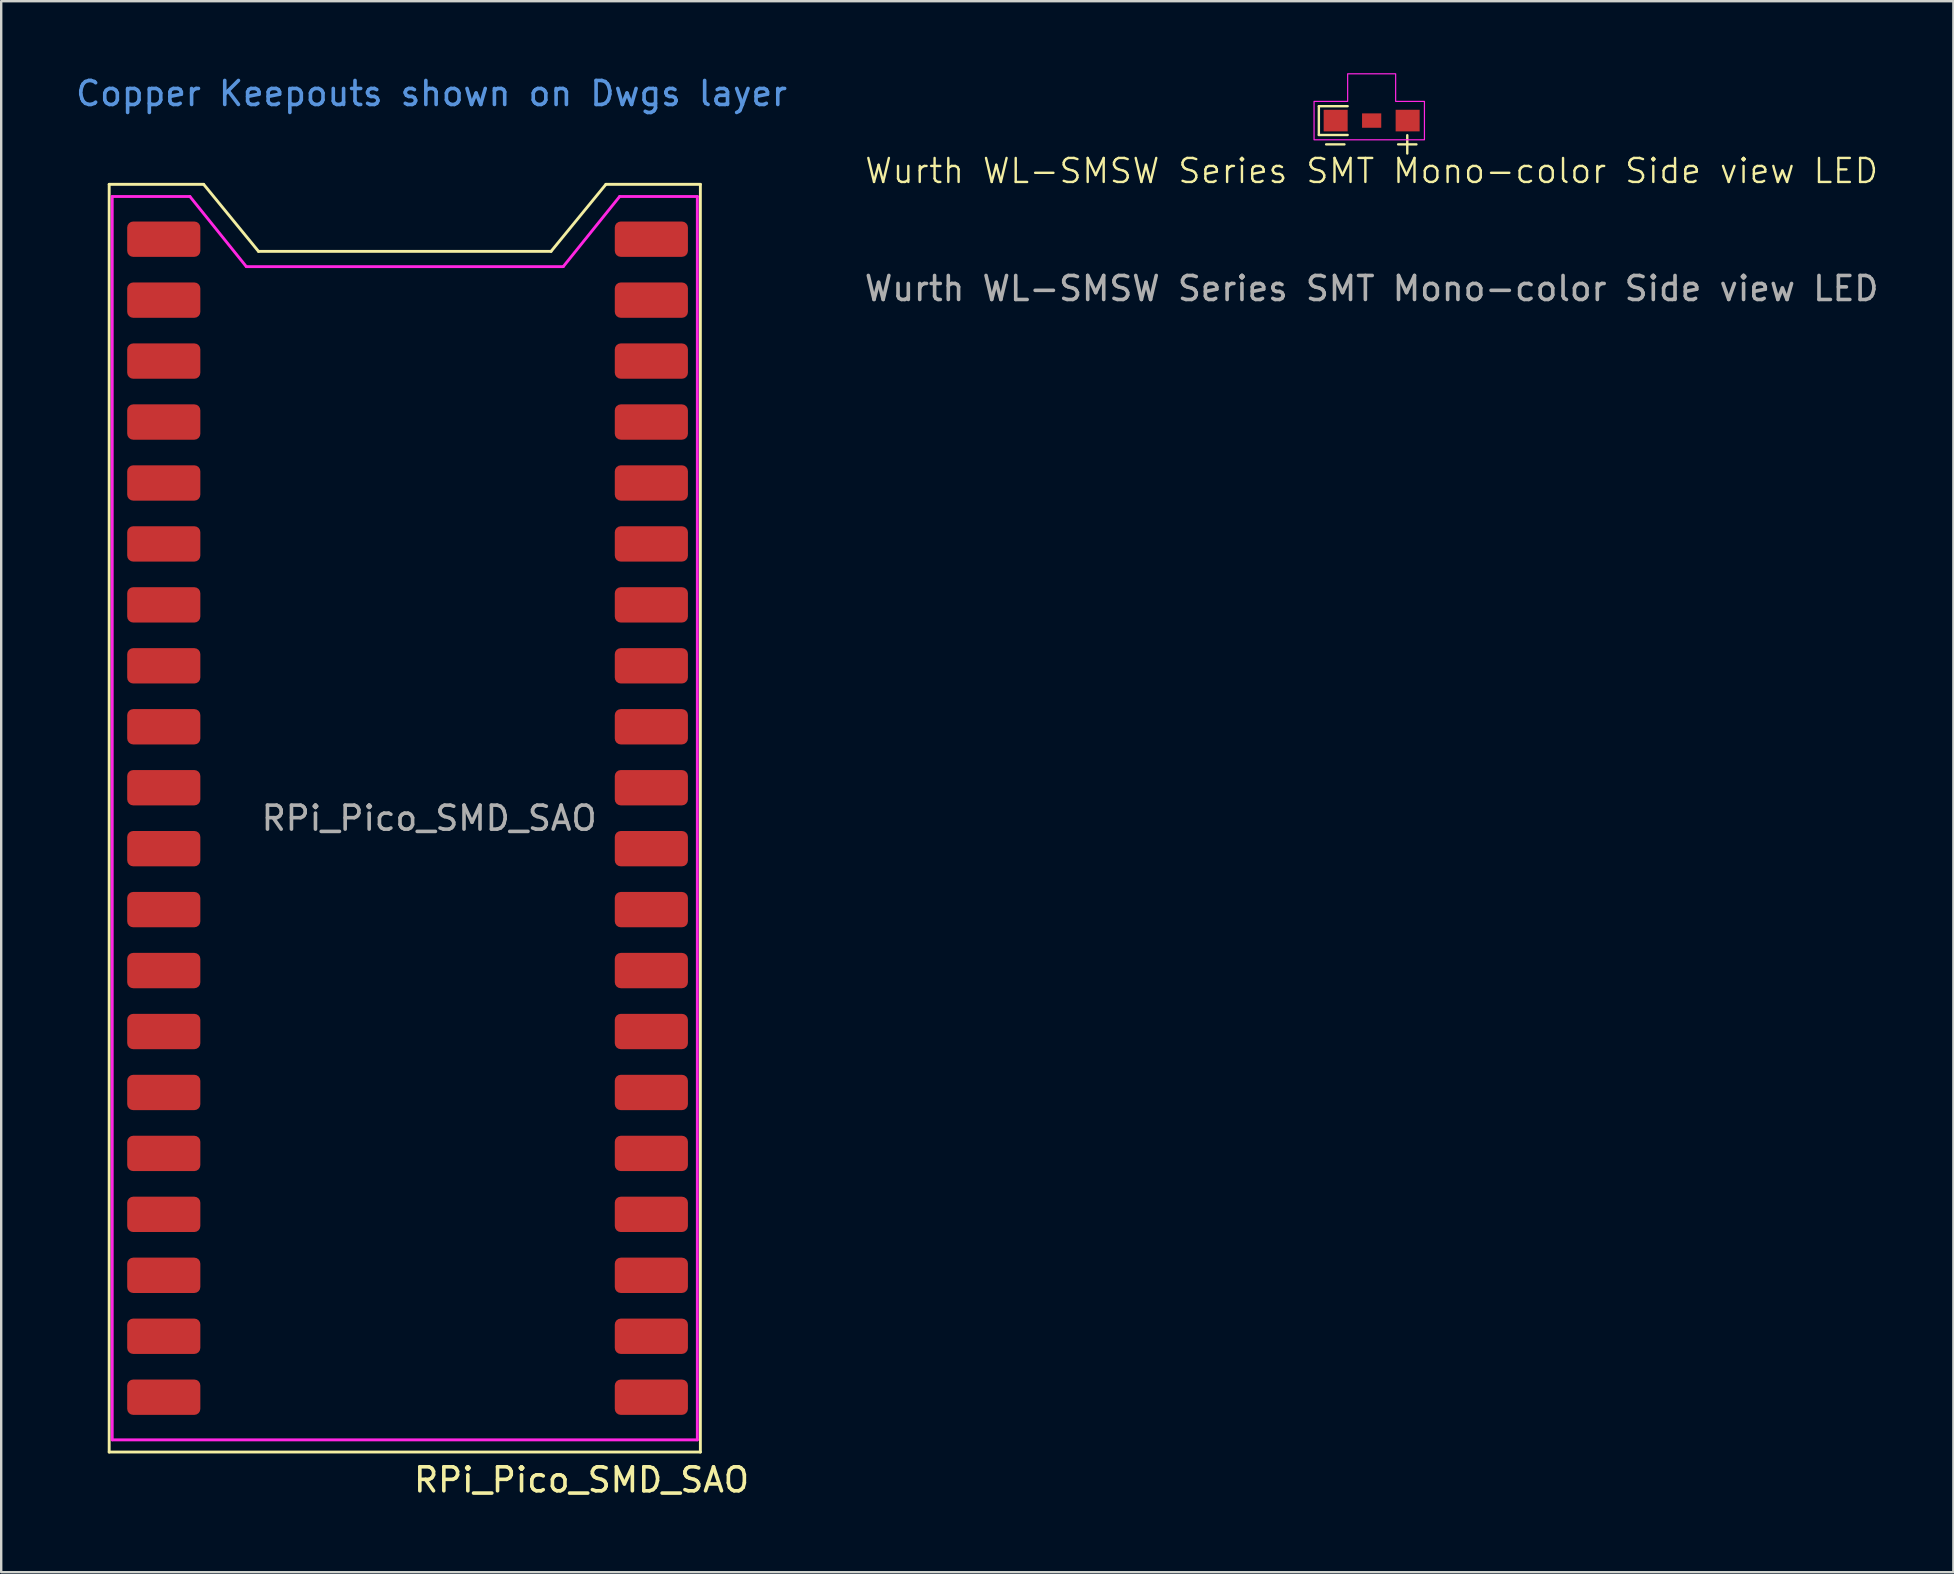
<source format=kicad_pcb>
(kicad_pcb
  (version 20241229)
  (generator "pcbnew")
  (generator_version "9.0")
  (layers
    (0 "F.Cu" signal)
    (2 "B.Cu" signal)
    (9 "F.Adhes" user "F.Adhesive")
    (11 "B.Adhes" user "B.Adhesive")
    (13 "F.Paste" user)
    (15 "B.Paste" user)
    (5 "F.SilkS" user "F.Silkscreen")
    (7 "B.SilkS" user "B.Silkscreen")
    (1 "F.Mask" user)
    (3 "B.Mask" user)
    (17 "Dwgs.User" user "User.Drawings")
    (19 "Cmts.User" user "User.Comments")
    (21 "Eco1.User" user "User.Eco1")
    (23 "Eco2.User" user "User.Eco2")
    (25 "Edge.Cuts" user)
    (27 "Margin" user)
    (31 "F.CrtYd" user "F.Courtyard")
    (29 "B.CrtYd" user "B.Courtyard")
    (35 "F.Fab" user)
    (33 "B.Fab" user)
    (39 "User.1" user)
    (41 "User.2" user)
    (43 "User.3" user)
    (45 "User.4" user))
  (footprint "RPi_Pico_SMD_SAO"
    (layer "F.Cu")
    (at 14.835 31.048)
    (property "Reference" "RPi_Pico_SMD_SAO" (at 6.35 27.575 180) (layer "F.SilkS") (effects (font (size 1 1) (thickness 0.15))))
    (attr through_hole)
    (fp_line (start -13.335 -26.416) (end -13.335 26.416) (stroke (width 0.12) (type default)) (layer "F.SilkS"))
    (fp_line (start -13.335 26.416) (end 11.303 26.416) (stroke (width 0.12) (type default)) (layer "F.SilkS"))
    (fp_line (start -9.398 -26.416) (end -13.335 -26.416) (stroke (width 0.12) (type default)) (layer "F.SilkS"))
    (fp_line (start -9.398 -26.416) (end -7.112 -23.622) (stroke (width 0.12) (type default)) (layer "F.SilkS"))
    (fp_line (start -7.112 -23.622) (end 5.08 -23.622) (stroke (width 0.12) (type default)) (layer "F.SilkS"))
    (fp_line (start 7.366 -26.416) (end 5.08 -23.622) (stroke (width 0.12) (type default)) (layer "F.SilkS"))
    (fp_line (start 7.366 -26.416) (end 11.303 -26.416) (stroke (width 0.12) (type default)) (layer "F.SilkS"))
    (fp_line (start 11.303 26.416) (end 11.303 -26.416) (stroke (width 0.12) (type default)) (layer "F.SilkS"))
    (fp_line (start -13.208 -25.908) (end -9.97 -25.908) (stroke (width 0.12) (type default)) (layer "F.CrtYd"))
    (fp_line (start -13.208 25.908) (end -13.208 -25.908) (stroke (width 0.12) (type solid)) (layer "F.CrtYd"))
    (fp_line (start -9.97 -25.908) (end -7.62 -22.987) (stroke (width 0.12) (type default)) (layer "F.CrtYd"))
    (fp_line (start -7.62 -22.987) (end 5.588 -22.987) (stroke (width 0.12) (type default)) (layer "F.CrtYd"))
    (fp_line (start 7.938 -25.908) (end 5.588 -22.987) (stroke (width 0.12) (type default)) (layer "F.CrtYd"))
    (fp_line (start 11.176 -25.908) (end 7.938 -25.908) (stroke (width 0.12) (type default)) (layer "F.CrtYd"))
    (fp_line (start 11.176 -25.908) (end 11.176 25.908) (stroke (width 0.12) (type solid)) (layer "F.CrtYd"))
    (fp_line (start 11.176 25.908) (end -13.208 25.908) (stroke (width 0.12) (type solid)) (layer "F.CrtYd"))
    (fp_text user "Copper Keepouts shown on Dwgs layer" (at 0.1 -30.2 180) (layer "Cmts.User") (effects (font (size 1 1) (thickness 0.15))))
    (fp_text user "${REFERENCE}" (at 0 0 180) (layer "F.Fab") (effects (font (size 1 1) (thickness 0.15))))
    (pad "1" smd roundrect (at -10.16 -24.13) (size 3.048 1.473) (drill (offset -0.9 0)) (layers "F.Cu" "F.Mask" "F.Paste") (roundrect_rratio 0.17))
    (pad "2" smd roundrect (at -10.16 -21.59) (size 3.048 1.473) (drill (offset -0.9 0)) (layers "F.Cu" "F.Mask" "F.Paste") (roundrect_rratio 0.17))
    (pad "3" smd roundrect (at -10.16 -19.05) (size 3.048 1.473) (drill (offset -0.9 0)) (layers "F.Cu" "F.Mask" "F.Paste") (roundrect_rratio 0.17))
    (pad "4" smd roundrect (at -10.16 -16.51) (size 3.048 1.473) (drill (offset -0.9 0)) (layers "F.Cu" "F.Mask" "F.Paste") (roundrect_rratio 0.17))
    (pad "5" smd roundrect (at -10.16 -13.97) (size 3.048 1.473) (drill (offset -0.9 0)) (layers "F.Cu" "F.Mask" "F.Paste") (roundrect_rratio 0.17))
    (pad "6" smd roundrect (at -10.16 -11.43) (size 3.048 1.473) (drill (offset -0.9 0)) (layers "F.Cu" "F.Mask" "F.Paste") (roundrect_rratio 0.17))
    (pad "7" smd roundrect (at -10.16 -8.89) (size 3.048 1.473) (drill (offset -0.9 0)) (layers "F.Cu" "F.Mask" "F.Paste") (roundrect_rratio 0.17))
    (pad "8" smd roundrect (at -10.16 -6.35) (size 3.048 1.473) (drill (offset -0.9 0)) (layers "F.Cu" "F.Mask" "F.Paste") (roundrect_rratio 0.17))
    (pad "9" smd roundrect (at -10.16 -3.81) (size 3.048 1.473) (drill (offset -0.9 0)) (layers "F.Cu" "F.Mask" "F.Paste") (roundrect_rratio 0.17))
    (pad "10" smd roundrect (at -10.16 -1.27) (size 3.048 1.473) (drill (offset -0.9 0)) (layers "F.Cu" "F.Mask" "F.Paste") (roundrect_rratio 0.17))
    (pad "11" smd roundrect (at -10.16 1.27) (size 3.048 1.473) (drill (offset -0.9 0)) (layers "F.Cu" "F.Mask" "F.Paste") (roundrect_rratio 0.17))
    (pad "12" smd roundrect (at -10.16 3.81) (size 3.048 1.473) (drill (offset -0.9 0)) (layers "F.Cu" "F.Mask" "F.Paste") (roundrect_rratio 0.17))
    (pad "13" smd roundrect (at -10.16 6.35) (size 3.048 1.473) (drill (offset -0.9 0)) (layers "F.Cu" "F.Mask" "F.Paste") (roundrect_rratio 0.17))
    (pad "14" smd roundrect (at -10.16 8.89) (size 3.048 1.473) (drill (offset -0.9 0)) (layers "F.Cu" "F.Mask" "F.Paste") (roundrect_rratio 0.17))
    (pad "15" smd roundrect (at -10.16 11.43) (size 3.048 1.473) (drill (offset -0.9 0)) (layers "F.Cu" "F.Mask" "F.Paste") (roundrect_rratio 0.17))
    (pad "16" smd roundrect (at -10.16 13.97) (size 3.048 1.473) (drill (offset -0.9 0)) (layers "F.Cu" "F.Mask" "F.Paste") (roundrect_rratio 0.17))
    (pad "17" smd roundrect (at -10.16 16.51) (size 3.048 1.473) (drill (offset -0.9 0)) (layers "F.Cu" "F.Mask" "F.Paste") (roundrect_rratio 0.17))
    (pad "18" smd roundrect (at -10.16 19.05) (size 3.048 1.473) (drill (offset -0.9 0)) (layers "F.Cu" "F.Mask" "F.Paste") (roundrect_rratio 0.17))
    (pad "19" smd roundrect (at -10.16 21.59) (size 3.048 1.473) (drill (offset -0.9 0)) (layers "F.Cu" "F.Mask" "F.Paste") (roundrect_rratio 0.17))
    (pad "20" smd roundrect (at -10.16 24.13) (size 3.048 1.473) (drill (offset -0.9 0)) (layers "F.Cu" "F.Mask" "F.Paste") (roundrect_rratio 0.17))
    (pad "21" smd roundrect (at 10.16 24.13) (size 3.048 1.473) (drill (offset -0.9 0)) (layers "F.Cu" "F.Mask" "F.Paste") (roundrect_rratio 0.17))
    (pad "22" smd roundrect (at 10.16 21.59) (size 3.048 1.473) (drill (offset -0.9 0)) (layers "F.Cu" "F.Mask" "F.Paste") (roundrect_rratio 0.17))
    (pad "23" smd roundrect (at 10.16 19.05) (size 3.048 1.473) (drill (offset -0.9 0)) (layers "F.Cu" "F.Mask" "F.Paste") (roundrect_rratio 0.17))
    (pad "24" smd roundrect (at 10.16 16.51) (size 3.048 1.473) (drill (offset -0.9 0)) (layers "F.Cu" "F.Mask" "F.Paste") (roundrect_rratio 0.17))
    (pad "25" smd roundrect (at 10.16 13.97) (size 3.048 1.473) (drill (offset -0.9 0)) (layers "F.Cu" "F.Mask" "F.Paste") (roundrect_rratio 0.17))
    (pad "26" smd roundrect (at 10.16 11.43) (size 3.048 1.473) (drill (offset -0.9 0)) (layers "F.Cu" "F.Mask" "F.Paste") (roundrect_rratio 0.17))
    (pad "27" smd roundrect (at 10.16 8.89) (size 3.048 1.473) (drill (offset -0.9 0)) (layers "F.Cu" "F.Mask" "F.Paste") (roundrect_rratio 0.17))
    (pad "28" smd roundrect (at 10.16 6.35) (size 3.048 1.473) (drill (offset -0.9 0)) (layers "F.Cu" "F.Mask" "F.Paste") (roundrect_rratio 0.17))
    (pad "29" smd roundrect (at 10.16 3.81) (size 3.048 1.473) (drill (offset -0.9 0)) (layers "F.Cu" "F.Mask" "F.Paste") (roundrect_rratio 0.17))
    (pad "30" smd roundrect (at 10.16 1.27) (size 3.048 1.473) (drill (offset -0.9 0)) (layers "F.Cu" "F.Mask" "F.Paste") (roundrect_rratio 0.17))
    (pad "31" smd roundrect (at 10.16 -1.27) (size 3.048 1.473) (drill (offset -0.9 0)) (layers "F.Cu" "F.Mask" "F.Paste") (roundrect_rratio 0.17))
    (pad "32" smd roundrect (at 10.16 -3.81) (size 3.048 1.473) (drill (offset -0.9 0)) (layers "F.Cu" "F.Mask" "F.Paste") (roundrect_rratio 0.17))
    (pad "33" smd roundrect (at 10.16 -6.35) (size 3.048 1.473) (drill (offset -0.9 0)) (layers "F.Cu" "F.Mask" "F.Paste") (roundrect_rratio 0.17))
    (pad "34" smd roundrect (at 10.16 -8.89) (size 3.048 1.473) (drill (offset -0.9 0)) (layers "F.Cu" "F.Mask" "F.Paste") (roundrect_rratio 0.17))
    (pad "35" smd roundrect (at 10.16 -11.43) (size 3.048 1.473) (drill (offset -0.9 0)) (layers "F.Cu" "F.Mask" "F.Paste") (roundrect_rratio 0.17))
    (pad "36" smd roundrect (at 10.16 -13.97) (size 3.048 1.473) (drill (offset -0.9 0)) (layers "F.Cu" "F.Mask" "F.Paste") (roundrect_rratio 0.17))
    (pad "37" smd roundrect (at 10.16 -16.51) (size 3.048 1.473) (drill (offset -0.9 0)) (layers "F.Cu" "F.Mask" "F.Paste") (roundrect_rratio 0.17))
    (pad "38" smd roundrect (at 10.16 -19.05) (size 3.048 1.473) (drill (offset -0.9 0)) (layers "F.Cu" "F.Mask" "F.Paste") (roundrect_rratio 0.17))
    (pad "39" smd roundrect (at 10.16 -21.59) (size 3.048 1.473) (drill (offset -0.9 0)) (layers "F.Cu" "F.Mask" "F.Paste") (roundrect_rratio 0.17))
    (pad "40" smd roundrect (at 10.16 -24.13) (size 3.048 1.473) (drill (offset -0.9 0)) (layers "F.Cu" "F.Mask" "F.Paste") (roundrect_rratio 0.17)))
  (footprint "Wurth WL-SMSW Series SMT Mono-color Side view LED"
    (layer "F.Cu")
    (at 54.113 1.975)
    (property "Reference" "Wurth WL-SMSW Series SMT Mono-color Side view LED" (at 0 2.1 0) (unlocked yes) (layer "F.SilkS") (effects (font (size 1 1) (thickness 0.1))))
    (attr smd)
    (fp_line (start -2.2 0.6) (end -2.2 -0.6) (stroke (width 0.1) (type default)) (layer "F.SilkS"))
    (fp_line (start -1 -0.6) (end -2.2 -0.6) (stroke (width 0.1) (type default)) (layer "F.SilkS"))
    (fp_line (start -1 0.6) (end -2.2 0.6) (stroke (width 0.1) (type default)) (layer "F.SilkS"))
    (fp_poly (pts (xy 2.2 -0.8) (xy 1 -0.8) (xy 1 -1.95) (xy -1 -1.95) (xy -1 -0.8) (xy -2.4 -0.8) (xy -2.4 0.8) (xy 2.2 0.8)) (stroke (width 0.05) (type solid)) (fill no) (layer "F.CrtYd"))
    (fp_text user "+" (at 0.8 1.5 0) (unlocked yes) (layer "F.SilkS") (effects (font (size 1 1) (thickness 0.1)) (justify left bottom)))
    (fp_text user "-" (at -2.2 1.5 0) (unlocked yes) (layer "F.SilkS") (effects (font (size 1 1) (thickness 0.1)) (justify left bottom)))
    (fp_text user "${REFERENCE}" (at 0 7 0) (unlocked yes) (layer "F.Fab") (effects (font (size 1 1) (thickness 0.15))))
    (pad "" smd rect (at 0 0) (size 0.8 0.6) (layers "F.Cu" "F.Mask" "F.Paste"))
    (pad "1" smd rect (at -1.5 0) (size 1 0.9) (layers "F.Cu" "F.Mask" "F.Paste"))
    (pad "2" smd rect (at 1.5 0) (size 1 0.9) (layers "F.Cu" "F.Mask" "F.Paste")))
  (gr_rect
    (start -3 -3)
    (end 78.357 62.471)
    (stroke (width 0.1) (type default))
    (fill no)
    (layer "Edge.Cuts")))
</source>
